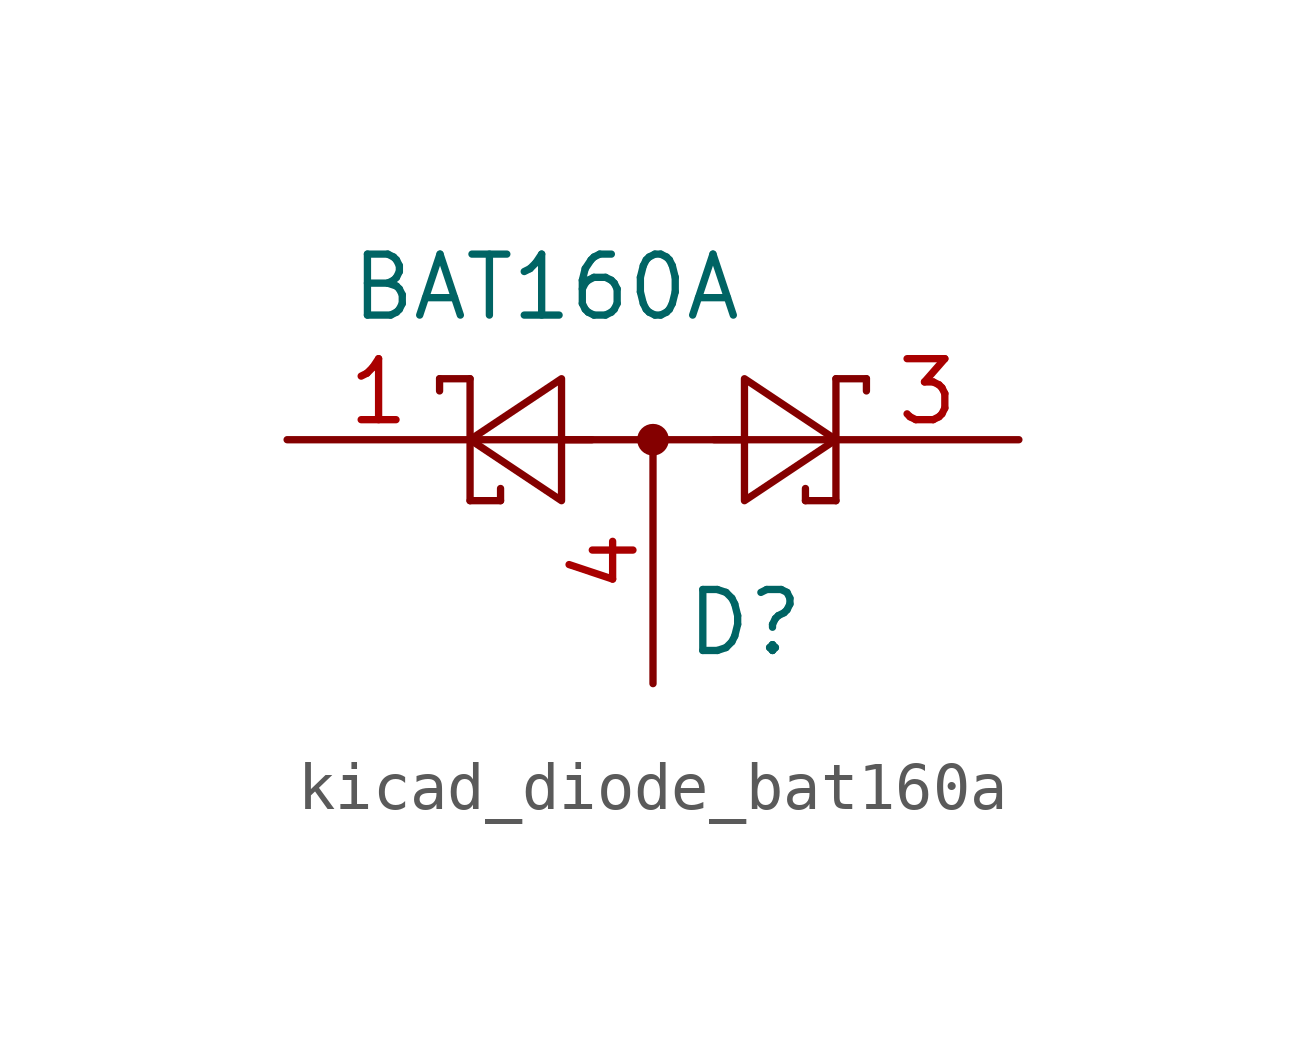
<source format=kicad_sym>
(kicad_symbol_lib
  (version 20220914)
  (generator kicad_symbol_editor)
  (symbol "kicad_diode_bat160a"
    (property "Reference" "D"
      (at 0.635 -3.81 0)
      (effects (font (size 1.27 1.27)) (justify left)))
    (property "Value" "BAT160A"
      (at -6.35 3.175 0)
      (effects (font (size 1.27 1.27)) (justify left)))
    (symbol "kicad_diode_bat160a_0_1"
      (polyline (pts (xy -4.445 1.27) (xy -4.445 1.016)) (stroke (width 0) (type default)) (fill (type none)))
      (polyline (pts (xy -3.81 -1.27) (xy -3.81 1.27)) (stroke (width 0) (type default)) (fill (type none)))
      (polyline (pts (xy -3.81 -1.27) (xy -3.175 -1.27)) (stroke (width 0) (type default)) (fill (type none)))
      (polyline (pts (xy -3.81 0) (xy -1.27 0)) (stroke (width 0) (type default)) (fill (type none)))
      (polyline (pts (xy -3.81 1.27) (xy -4.445 1.27)) (stroke (width 0) (type default)) (fill (type none)))
      (polyline (pts (xy -3.175 -1.27) (xy -3.175 -1.016)) (stroke (width 0) (type default)) (fill (type none)))
      (polyline (pts (xy -1.905 0) (xy 1.905 0)) (stroke (width 0) (type default)) (fill (type none)))
      (polyline (pts (xy 1.27 0) (xy 3.81 0)) (stroke (width 0) (type default)) (fill (type none)))
      (polyline (pts (xy 3.175 -1.27) (xy 3.175 -1.016)) (stroke (width 0) (type default)) (fill (type none)))
      (polyline (pts (xy 3.81 -1.27) (xy 3.175 -1.27)) (stroke (width 0) (type default)) (fill (type none)))
      (polyline (pts (xy 3.81 -1.27) (xy 3.81 1.27)) (stroke (width 0) (type default)) (fill (type none)))
      (polyline (pts (xy 3.81 1.27) (xy 4.445 1.27)) (stroke (width 0) (type default)) (fill (type none)))
      (polyline (pts (xy 4.445 1.27) (xy 4.445 1.016)) (stroke (width 0) (type default)) (fill (type none)))
      (polyline (pts (xy -1.905 1.27) (xy -1.905 -1.27) (xy -3.81 0) (xy -1.905 1.27)) (stroke (width 0) (type default)) (fill (type none)))
      (polyline (pts (xy 1.905 1.27) (xy 1.905 -1.27) (xy 3.81 0) (xy 1.905 1.27)) (stroke (width 0) (type default)) (fill (type none)))
      (circle (center 0 0) (radius 0.254) (stroke (width 0) (type default)) (fill (type outline))))
    (symbol "kicad_diode_bat160a_1_1"
      (pin passive line (at -7.62 0 0) (length 3.81) (name "~" (effects (font (size 1.27 1.27)))) (number "1" (effects (font (size 1.27 1.27)))))
      (pin no_connect line (at 0 0 270) (length 2.54) hide (name "NC" (effects (font (size 1.27 1.27)))) (number "2" (effects (font (size 1.27 1.27)))))
      (pin passive line (at 7.62 0 180) (length 3.81) (name "~" (effects (font (size 1.27 1.27)))) (number "3" (effects (font (size 1.27 1.27)))))
      (pin passive line (at 0 -5.08 90) (length 5.08) (name "~" (effects (font (size 1.27 1.27)))) (number "4" (effects (font (size 1.27 1.27))))))))
</source>
